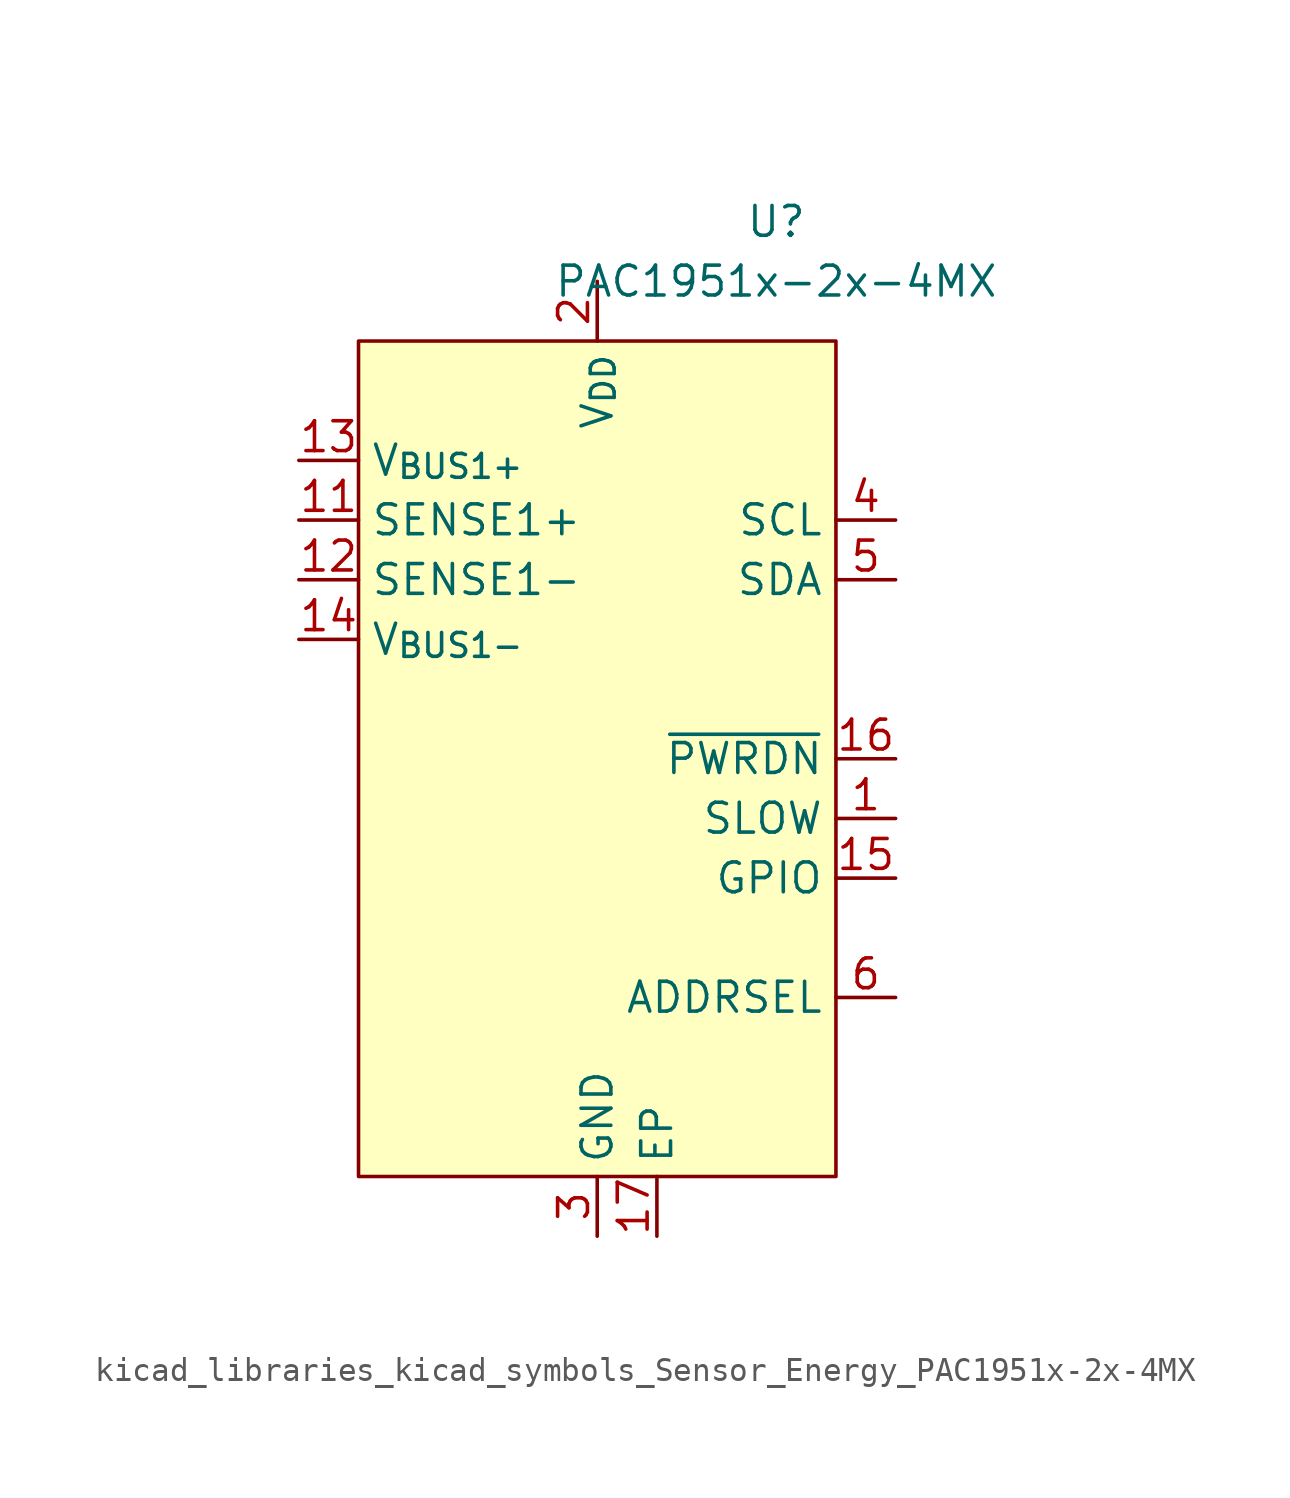
<source format=kicad_sym>
(kicad_symbol_lib
  (version 20220914)
  (generator kicad_symbol_editor)
  (symbol "kicad_libraries_kicad_symbols_Sensor_Energy_PAC1951x-2x-4MX"
    (property "Reference" "U"
      (at 7.62 22.86 0)
      (effects (font (size 1.27 1.27))))
    (property "Value" "PAC1951x-2x-4MX"
      (at 7.62 20.32 0)
      (effects (font (size 1.27 1.27))))
    (symbol "kicad_libraries_kicad_symbols_Sensor_Energy_PAC1951x-2x-4MX_0_0"
      (pin input line (at 12.7 -2.54 180) (length 2.54) (name "SLOW" (effects (font (size 1.27 1.27)))) (number "1" (effects (font (size 1.27 1.27)))) (alternate "GPIO" bidirectional line) (alternate "~{ALERT1}" open_collector line))
      (pin passive line (at 0 -20.32 90) (length 2.54) hide (name "GND" (effects (font (size 1.27 1.27)))) (number "10" (effects (font (size 1.27 1.27)))))
      (pin input line (at -12.7 10.16 0) (length 2.54) (name "SENSE1+" (effects (font (size 1.27 1.27)))) (number "11" (effects (font (size 1.27 1.27)))))
      (pin input line (at -12.7 7.62 0) (length 2.54) (name "SENSE1-" (effects (font (size 1.27 1.27)))) (number "12" (effects (font (size 1.27 1.27)))))
      (pin input line (at -12.7 12.7 0) (length 2.54) (name "V_{BUS1+}" (effects (font (size 1.27 1.27)))) (number "13" (effects (font (size 1.27 1.27)))))
      (pin input line (at -12.7 5.08 0) (length 2.54) (name "V_{BUS1-}" (effects (font (size 1.27 1.27)))) (number "14" (effects (font (size 1.27 1.27)))))
      (pin bidirectional line (at 12.7 -5.08 180) (length 2.54) (name "GPIO" (effects (font (size 1.27 1.27)))) (number "15" (effects (font (size 1.27 1.27)))) (alternate "~{ALERT2}" open_collector line))
      (pin input line (at 12.7 0 180) (length 2.54) (name "~{PWRDN}" (effects (font (size 1.27 1.27)))) (number "16" (effects (font (size 1.27 1.27)))))
      (pin passive line (at 2.54 -20.32 90) (length 2.54) (name "EP" (effects (font (size 1.27 1.27)))) (number "17" (effects (font (size 1.27 1.27)))))
      (pin power_in line (at 0 20.32 270) (length 2.54) (name "V_{DD}" (effects (font (size 1.27 1.27)))) (number "2" (effects (font (size 1.27 1.27)))))
      (pin power_in line (at 0 -20.32 90) (length 2.54) (name "GND" (effects (font (size 1.27 1.27)))) (number "3" (effects (font (size 1.27 1.27)))))
      (pin input line (at 12.7 10.16 180) (length 2.54) (name "SCL" (effects (font (size 1.27 1.27)))) (number "4" (effects (font (size 1.27 1.27)))) (alternate "SM_CLK" input line))
      (pin bidirectional line (at 12.7 7.62 180) (length 2.54) (name "SDA" (effects (font (size 1.27 1.27)))) (number "5" (effects (font (size 1.27 1.27)))) (alternate "SM_DATA" bidirectional line))
      (pin passive line (at 12.7 -10.16 180) (length 2.54) (name "ADDRSEL" (effects (font (size 1.27 1.27)))) (number "6" (effects (font (size 1.27 1.27)))))
      (pin passive line (at 0 -20.32 90) (length 2.54) hide (name "GND" (effects (font (size 1.27 1.27)))) (number "7" (effects (font (size 1.27 1.27)))))
      (pin passive line (at 0 -20.32 90) (length 2.54) hide (name "GND" (effects (font (size 1.27 1.27)))) (number "8" (effects (font (size 1.27 1.27)))))
      (pin passive line (at 0 -20.32 90) (length 2.54) hide (name "GND" (effects (font (size 1.27 1.27)))) (number "9" (effects (font (size 1.27 1.27))))))
    (symbol "kicad_libraries_kicad_symbols_Sensor_Energy_PAC1951x-2x-4MX_0_1"
      (rectangle (start -10.16 17.78) (end 10.16 -17.78) (stroke (width 0) (type default)) (fill (type background))))))
</source>
